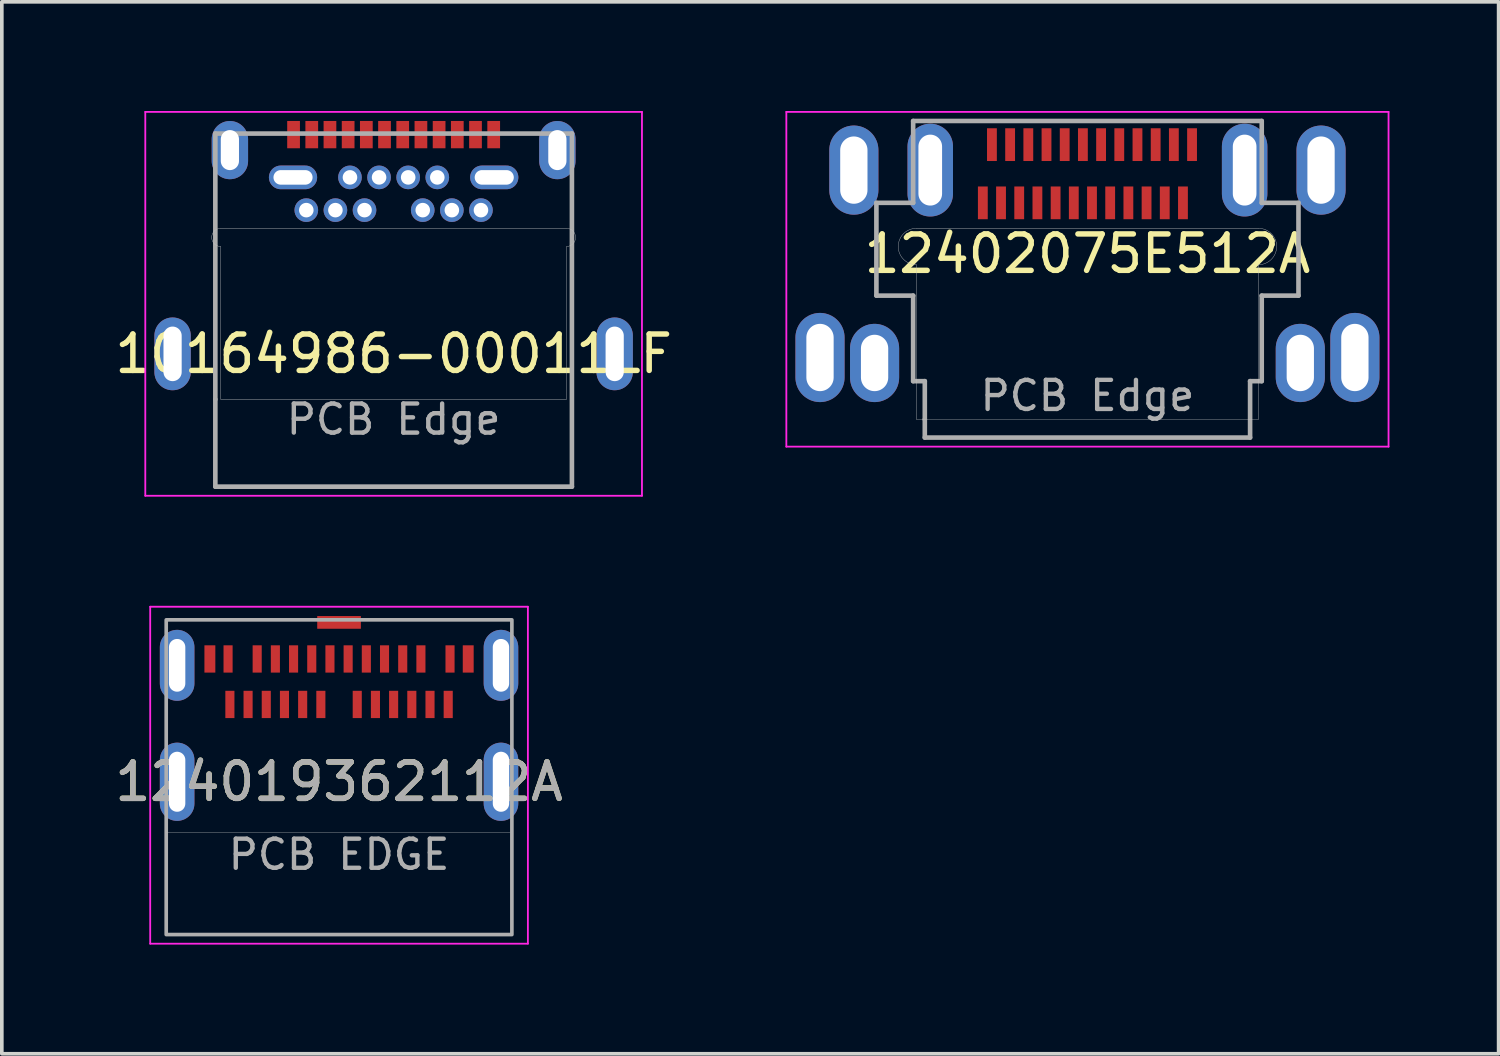
<source format=kicad_pcb>
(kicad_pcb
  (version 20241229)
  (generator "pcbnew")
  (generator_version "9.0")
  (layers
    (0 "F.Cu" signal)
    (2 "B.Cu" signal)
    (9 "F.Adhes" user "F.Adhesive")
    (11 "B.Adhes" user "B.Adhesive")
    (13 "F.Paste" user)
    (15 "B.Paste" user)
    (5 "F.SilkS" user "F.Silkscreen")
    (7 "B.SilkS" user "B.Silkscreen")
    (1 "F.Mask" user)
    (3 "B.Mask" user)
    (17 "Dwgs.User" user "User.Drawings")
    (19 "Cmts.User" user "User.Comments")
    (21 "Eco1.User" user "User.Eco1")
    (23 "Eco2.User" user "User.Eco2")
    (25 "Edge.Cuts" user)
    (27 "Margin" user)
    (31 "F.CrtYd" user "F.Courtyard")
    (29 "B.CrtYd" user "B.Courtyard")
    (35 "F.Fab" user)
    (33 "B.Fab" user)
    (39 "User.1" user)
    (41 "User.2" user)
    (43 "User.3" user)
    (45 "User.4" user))
  (footprint "10164986-00011LF"
    (layer "F.Cu")
    (at 7.768 6.675)
    (property "Reference" "10164986-00011LF" (at 0 0 0) (layer "F.SilkS") (effects (font (size 1 1) (thickness 0.15))))
    (attr through_hole)
    (fp_line (start -4.75 -2.95) (end -4.75 1.25) (stroke (width 0.01) (type solid)) (layer "Dwgs.User"))
    (fp_line (start -4.75 1.25) (end 4.75 1.25) (stroke (width 0.01) (type solid)) (layer "Dwgs.User"))
    (fp_line (start 4.75 -3.45) (end -4.75 -3.45) (stroke (width 0.01) (type solid)) (layer "Dwgs.User"))
    (fp_line (start 4.75 1.25) (end 4.75 -2.95) (stroke (width 0.01) (type solid)) (layer "Dwgs.User"))
    (fp_arc (start -4.75 -2.95) (mid -5 -3.2) (end -4.75 -3.45) (stroke (width 0.01) (type solid)) (layer "Dwgs.User"))
    (fp_arc (start 4.75 -3.45) (mid 5 -3.2) (end 4.75 -2.95) (stroke (width 0.01) (type solid)) (layer "Dwgs.User"))
    (fp_line (start -6.825 -6.65) (end -6.825 3.9) (stroke (width 0.05) (type solid)) (layer "F.CrtYd"))
    (fp_line (start -6.825 3.9) (end 6.825 3.9) (stroke (width 0.05) (type solid)) (layer "F.CrtYd"))
    (fp_line (start 6.825 -6.65) (end -6.825 -6.65) (stroke (width 0.05) (type solid)) (layer "F.CrtYd"))
    (fp_line (start 6.825 3.9) (end 6.825 -6.65) (stroke (width 0.05) (type solid)) (layer "F.CrtYd"))
    (fp_line (start -4.9 -6.054) (end 4.9 -6.054) (stroke (width 0.127) (type solid)) (layer "F.Fab"))
    (fp_line (start -4.9 1.25) (end -4.9 -6.054) (stroke (width 0.127) (type solid)) (layer "F.Fab"))
    (fp_line (start -4.9 3.65) (end -4.9 1.25) (stroke (width 0.127) (type solid)) (layer "F.Fab"))
    (fp_line (start 4.9 -6.054) (end 4.9 3.65) (stroke (width 0.127) (type solid)) (layer "F.Fab"))
    (fp_line (start 4.9 3.65) (end -4.9 3.65) (stroke (width 0.127) (type solid)) (layer "F.Fab"))
    (fp_text user "PCB Edge" (at 0 1.8 0) (layer "F.Fab") (effects (font (size 0.8 0.8) (thickness 0.12))))
    (pad "A1" smd rect (at -2.75 -6.025) (size 0.35 0.75) (layers "F.Cu" "F.Mask" "F.Paste"))
    (pad "A2" smd rect (at -2.25 -6.025) (size 0.35 0.75) (layers "F.Cu" "F.Mask" "F.Paste"))
    (pad "A3" smd rect (at -1.75 -6.025) (size 0.35 0.75) (layers "F.Cu" "F.Mask" "F.Paste"))
    (pad "A4" smd rect (at -1.25 -6.025) (size 0.35 0.75) (layers "F.Cu" "F.Mask" "F.Paste"))
    (pad "A5" smd rect (at -0.75 -6.025) (size 0.35 0.75) (layers "F.Cu" "F.Mask" "F.Paste"))
    (pad "A6" smd rect (at -0.25 -6.025) (size 0.35 0.75) (layers "F.Cu" "F.Mask" "F.Paste"))
    (pad "A7" smd rect (at 0.25 -6.025) (size 0.35 0.75) (layers "F.Cu" "F.Mask" "F.Paste"))
    (pad "A8" smd rect (at 0.75 -6.025) (size 0.35 0.75) (layers "F.Cu" "F.Mask" "F.Paste"))
    (pad "A9" smd rect (at 1.25 -6.025) (size 0.35 0.75) (layers "F.Cu" "F.Mask" "F.Paste"))
    (pad "A10" smd rect (at 1.75 -6.025) (size 0.35 0.75) (layers "F.Cu" "F.Mask" "F.Paste"))
    (pad "A11" smd rect (at 2.25 -6.025) (size 0.35 0.75) (layers "F.Cu" "F.Mask" "F.Paste"))
    (pad "A12" smd rect (at 2.75 -6.025) (size 0.35 0.75) (layers "F.Cu" "F.Mask" "F.Paste"))
    (pad "B1" thru_hole oval (at 2.765 -4.85) (size 1.325 0.65) (drill oval 1.075 0.4) (layers "*.Cu" "*.Mask"))
    (pad "B2" thru_hole circle (at 2.4 -3.95) (size 0.65 0.65) (drill 0.4) (layers "*.Cu" "*.Mask"))
    (pad "B3" thru_hole circle (at 1.6 -3.95) (size 0.65 0.65) (drill 0.4) (layers "*.Cu" "*.Mask"))
    (pad "B4" thru_hole circle (at 1.2 -4.85) (size 0.65 0.65) (drill 0.4) (layers "*.Cu" "*.Mask"))
    (pad "B5" thru_hole circle (at 0.8 -3.95) (size 0.65 0.65) (drill 0.4) (layers "*.Cu" "*.Mask"))
    (pad "B6" thru_hole circle (at 0.4 -4.85) (size 0.65 0.65) (drill 0.4) (layers "*.Cu" "*.Mask"))
    (pad "B7" thru_hole circle (at -0.4 -4.85) (size 0.65 0.65) (drill 0.4) (layers "*.Cu" "*.Mask"))
    (pad "B8" thru_hole circle (at -0.8 -3.95) (size 0.65 0.65) (drill 0.4) (layers "*.Cu" "*.Mask"))
    (pad "B9" thru_hole circle (at -1.2 -4.85) (size 0.65 0.65) (drill 0.4) (layers "*.Cu" "*.Mask"))
    (pad "B10" thru_hole circle (at -1.6 -3.95) (size 0.65 0.65) (drill 0.4) (layers "*.Cu" "*.Mask"))
    (pad "B11" thru_hole circle (at -2.4 -3.95) (size 0.65 0.65) (drill 0.4) (layers "*.Cu" "*.Mask"))
    (pad "B12" thru_hole oval (at -2.765 -4.85) (size 1.325 0.65) (drill oval 1.075 0.4) (layers "*.Cu" "*.Mask"))
    (pad "S1" thru_hole oval (at -6.075 0) (size 1 2) (drill oval 0.5 1.5) (layers "*.Cu" "*.Mask"))
    (pad "S1" thru_hole oval (at -4.5 -5.6) (size 1 1.6) (drill oval 0.5 1.1) (layers "*.Cu" "*.Mask"))
    (pad "S1" thru_hole oval (at 4.5 -5.6) (size 1 1.6) (drill oval 0.5 1.1) (layers "*.Cu" "*.Mask"))
    (pad "S1" thru_hole oval (at 6.075 0) (size 1 2) (drill oval 0.5 1.5) (layers "*.Cu" "*.Mask")))
  (footprint "12402075E512A"
    (layer "F.Cu")
    (at 26.836 3.925)
    (property "Reference" "12402075E512A" (at 0 0 0) (layer "F.SilkS") (effects (font (size 1 1) (thickness 0.15))))
    (attr smd)
    (fp_line (start -4.7 -0.7) (end 4.7 -0.7) (stroke (width 0.01) (type solid)) (layer "Dwgs.User"))
    (fp_line (start -4.7 4.55) (end -4.7 0.3) (stroke (width 0.01) (type solid)) (layer "Dwgs.User"))
    (fp_line (start 4.7 0.3) (end 4.7 4.55) (stroke (width 0.01) (type solid)) (layer "Dwgs.User"))
    (fp_line (start 4.7 4.55) (end -4.7 4.55) (stroke (width 0.01) (type solid)) (layer "Dwgs.User"))
    (fp_arc (start -4.7 0.3) (mid -5.2 -0.2) (end -4.7 -0.7) (stroke (width 0.01) (type solid)) (layer "Dwgs.User"))
    (fp_arc (start 4.7 -0.7) (mid 5.2 -0.2) (end 4.7 0.3) (stroke (width 0.01) (type solid)) (layer "Dwgs.User"))
    (fp_line (start -8.275 -3.9) (end 8.275 -3.9) (stroke (width 0.05) (type solid)) (layer "F.CrtYd"))
    (fp_line (start -8.275 5.3) (end -8.275 -3.9) (stroke (width 0.05) (type solid)) (layer "F.CrtYd"))
    (fp_line (start 8.275 -3.9) (end 8.275 5.3) (stroke (width 0.05) (type solid)) (layer "F.CrtYd"))
    (fp_line (start 8.275 5.3) (end -8.275 5.3) (stroke (width 0.05) (type solid)) (layer "F.CrtYd"))
    (fp_line (start -5.8 -1.4) (end -5.8 1.15) (stroke (width 0.127) (type solid)) (layer "F.Fab"))
    (fp_line (start -4.79 -3.65) (end -4.79 -1.4) (stroke (width 0.127) (type solid)) (layer "F.Fab"))
    (fp_line (start -4.79 -3.65) (end 4.79 -3.65) (stroke (width 0.127) (type solid)) (layer "F.Fab"))
    (fp_line (start -4.79 -1.4) (end -5.8 -1.4) (stroke (width 0.127) (type solid)) (layer "F.Fab"))
    (fp_line (start -4.79 1.15) (end -5.8 1.15) (stroke (width 0.127) (type solid)) (layer "F.Fab"))
    (fp_line (start -4.79 1.15) (end -4.79 3.5) (stroke (width 0.127) (type solid)) (layer "F.Fab"))
    (fp_line (start -4.79 3.5) (end -4.47 3.5) (stroke (width 0.127) (type solid)) (layer "F.Fab"))
    (fp_line (start -4.47 4.55) (end -4.47 3.5) (stroke (width 0.127) (type solid)) (layer "F.Fab"))
    (fp_line (start -4.47 5.05) (end -4.47 4.55) (stroke (width 0.127) (type solid)) (layer "F.Fab"))
    (fp_line (start 4.47 3.5) (end 4.47 5.05) (stroke (width 0.127) (type solid)) (layer "F.Fab"))
    (fp_line (start 4.47 5.05) (end -4.47 5.05) (stroke (width 0.127) (type solid)) (layer "F.Fab"))
    (fp_line (start 4.79 -3.65) (end 4.79 -1.4) (stroke (width 0.127) (type solid)) (layer "F.Fab"))
    (fp_line (start 4.79 -1.4) (end 5.8 -1.4) (stroke (width 0.127) (type solid)) (layer "F.Fab"))
    (fp_line (start 4.79 1.15) (end 4.79 3.5) (stroke (width 0.127) (type solid)) (layer "F.Fab"))
    (fp_line (start 4.79 1.15) (end 5.8 1.15) (stroke (width 0.127) (type solid)) (layer "F.Fab"))
    (fp_line (start 4.79 3.5) (end 4.47 3.5) (stroke (width 0.127) (type solid)) (layer "F.Fab"))
    (fp_line (start 5.8 -1.4) (end 5.8 1.15) (stroke (width 0.127) (type solid)) (layer "F.Fab"))
    (fp_text user "PCB Edge" (at 0 3.9 0) (layer "F.Fab") (effects (font (size 0.8 0.8) (thickness 0.12))))
    (pad "A1" smd rect (at -2.625 -3) (size 0.27 0.9) (layers "F.Cu" "F.Mask" "F.Paste"))
    (pad "A2" smd rect (at -2.125 -3) (size 0.27 0.9) (layers "F.Cu" "F.Mask" "F.Paste"))
    (pad "A3" smd rect (at -1.625 -3) (size 0.27 0.9) (layers "F.Cu" "F.Mask" "F.Paste"))
    (pad "A4" smd rect (at -1.125 -3) (size 0.27 0.9) (layers "F.Cu" "F.Mask" "F.Paste"))
    (pad "A5" smd rect (at -0.625 -3) (size 0.27 0.9) (layers "F.Cu" "F.Mask" "F.Paste"))
    (pad "A6" smd rect (at -0.125 -3) (size 0.27 0.9) (layers "F.Cu" "F.Mask" "F.Paste"))
    (pad "A7" smd rect (at 0.375 -3) (size 0.27 0.9) (layers "F.Cu" "F.Mask" "F.Paste"))
    (pad "A8" smd rect (at 0.875 -3) (size 0.27 0.9) (layers "F.Cu" "F.Mask" "F.Paste"))
    (pad "A9" smd rect (at 1.375 -3) (size 0.27 0.9) (layers "F.Cu" "F.Mask" "F.Paste"))
    (pad "A10" smd rect (at 1.875 -3) (size 0.27 0.9) (layers "F.Cu" "F.Mask" "F.Paste"))
    (pad "A11" smd rect (at 2.375 -3) (size 0.27 0.9) (layers "F.Cu" "F.Mask" "F.Paste"))
    (pad "A12" smd rect (at 2.875 -3) (size 0.27 0.9) (layers "F.Cu" "F.Mask" "F.Paste"))
    (pad "B1" smd rect (at 2.625 -1.4) (size 0.27 0.9) (layers "F.Cu" "F.Mask" "F.Paste"))
    (pad "B2" smd rect (at 2.125 -1.4) (size 0.27 0.9) (layers "F.Cu" "F.Mask" "F.Paste"))
    (pad "B3" smd rect (at 1.625 -1.4) (size 0.27 0.9) (layers "F.Cu" "F.Mask" "F.Paste"))
    (pad "B4" smd rect (at 1.125 -1.4) (size 0.27 0.9) (layers "F.Cu" "F.Mask" "F.Paste"))
    (pad "B5" smd rect (at 0.625 -1.4) (size 0.27 0.9) (layers "F.Cu" "F.Mask" "F.Paste"))
    (pad "B6" smd rect (at 0.125 -1.4) (size 0.27 0.9) (layers "F.Cu" "F.Mask" "F.Paste"))
    (pad "B7" smd rect (at -0.375 -1.4) (size 0.27 0.9) (layers "F.Cu" "F.Mask" "F.Paste"))
    (pad "B8" smd rect (at -0.875 -1.4) (size 0.27 0.9) (layers "F.Cu" "F.Mask" "F.Paste"))
    (pad "B9" smd rect (at -1.375 -1.4) (size 0.27 0.9) (layers "F.Cu" "F.Mask" "F.Paste"))
    (pad "B10" smd rect (at -1.875 -1.4) (size 0.27 0.9) (layers "F.Cu" "F.Mask" "F.Paste"))
    (pad "B11" smd rect (at -2.375 -1.4) (size 0.27 0.9) (layers "F.Cu" "F.Mask" "F.Paste"))
    (pad "B12" smd rect (at -2.875 -1.4) (size 0.27 0.9) (layers "F.Cu" "F.Mask" "F.Paste"))
    (pad "S1" thru_hole oval (at -7.35 2.85) (size 1.35 2.45) (drill oval 0.75 1.85) (layers "*.Cu" "*.Mask"))
    (pad "S1" thru_hole oval (at -6.42 -2.3) (size 1.35 2.45) (drill oval 0.75 1.85) (layers "*.Cu" "*.Mask"))
    (pad "S1" thru_hole oval (at -5.85 3) (size 1.35 2.15) (drill oval 0.75 1.55) (layers "*.Cu" "*.Mask"))
    (pad "S1" thru_hole oval (at -4.32 -2.3) (size 1.25 2.55) (drill oval 0.65 1.95) (layers "*.Cu" "*.Mask"))
    (pad "S1" thru_hole oval (at 4.32 -2.3) (size 1.25 2.55) (drill oval 0.65 1.95) (layers "*.Cu" "*.Mask"))
    (pad "S1" thru_hole oval (at 5.85 3) (size 1.35 2.15) (drill oval 0.75 1.55) (layers "*.Cu" "*.Mask"))
    (pad "S1" thru_hole oval (at 6.42 -2.3) (size 1.35 2.45) (drill oval 0.75 1.85) (layers "*.Cu" "*.Mask"))
    (pad "S1" thru_hole oval (at 7.35 2.85) (size 1.35 2.45) (drill oval 0.75 1.85) (layers "*.Cu" "*.Mask")))
  (footprint "124019362112A"
    (layer "F.Cu")
    (at 6.268 18.435)
    (property "Reference" "124019362112A" (at 0 0 0) (layer "F.SilkS") (effects (font (size 1 1) (thickness 0.15))))
    (attr smd)
    (fp_line (start -4.75 1.4) (end 4.7 1.4) (stroke (width 0.01) (type solid)) (layer "Dwgs.User"))
    (fp_line (start -5.19 -4.81) (end 5.19 -4.81) (stroke (width 0.05) (type solid)) (layer "F.CrtYd"))
    (fp_line (start -5.19 4.45) (end -5.19 -4.81) (stroke (width 0.05) (type solid)) (layer "F.CrtYd"))
    (fp_line (start 5.19 -4.81) (end 5.19 4.45) (stroke (width 0.05) (type solid)) (layer "F.CrtYd"))
    (fp_line (start 5.19 4.45) (end -5.19 4.45) (stroke (width 0.05) (type solid)) (layer "F.CrtYd"))
    (fp_rect (start -4.75 -4.45) (end 4.75 4.2) (stroke (width 0.1) (type default)) (fill no) (layer "F.Fab"))
    (fp_text user "${REFERENCE}" (at 0 0 0) (unlocked yes) (layer "F.Fab") (effects (font (size 1 1) (thickness 0.15))))
    (fp_text user "PCB EDGE" (at 0 2 0) (layer "F.Fab") (effects (font (size 0.8 0.8) (thickness 0.12))))
    (pad "A1" smd rect (at -3.05 -3.375) (size 0.25 0.75) (layers "F.Cu" "F.Mask" "F.Paste"))
    (pad "A2" smd rect (at -2.25 -3.375) (size 0.25 0.75) (layers "F.Cu" "F.Mask" "F.Paste"))
    (pad "A3" smd rect (at -1.75 -3.375) (size 0.25 0.75) (layers "F.Cu" "F.Mask" "F.Paste"))
    (pad "A4" smd rect (at -1.25 -3.375) (size 0.25 0.75) (layers "F.Cu" "F.Mask" "F.Paste"))
    (pad "A5" smd rect (at -0.75 -3.375) (size 0.25 0.75) (layers "F.Cu" "F.Mask" "F.Paste"))
    (pad "A6" smd rect (at -0.25 -3.375) (size 0.25 0.75) (layers "F.Cu" "F.Mask" "F.Paste"))
    (pad "A7" smd rect (at 0.25 -3.375) (size 0.25 0.75) (layers "F.Cu" "F.Mask" "F.Paste"))
    (pad "A8" smd rect (at 0.75 -3.375) (size 0.25 0.75) (layers "F.Cu" "F.Mask" "F.Paste"))
    (pad "A9" smd rect (at 1.25 -3.375) (size 0.25 0.75) (layers "F.Cu" "F.Mask" "F.Paste"))
    (pad "A10" smd rect (at 1.75 -3.375) (size 0.25 0.75) (layers "F.Cu" "F.Mask" "F.Paste"))
    (pad "A11" smd rect (at 2.25 -3.375) (size 0.25 0.75) (layers "F.Cu" "F.Mask" "F.Paste"))
    (pad "A12" smd rect (at 3.05 -3.375) (size 0.25 0.75) (layers "F.Cu" "F.Mask" "F.Paste"))
    (pad "B1" smd rect (at 3 -2.125) (size 0.25 0.75) (layers "F.Cu" "F.Mask" "F.Paste"))
    (pad "B2" smd rect (at 2.5 -2.125) (size 0.25 0.75) (layers "F.Cu" "F.Mask" "F.Paste"))
    (pad "B3" smd rect (at 2 -2.125) (size 0.25 0.75) (layers "F.Cu" "F.Mask" "F.Paste"))
    (pad "B4" smd rect (at 1.5 -2.125) (size 0.25 0.75) (layers "F.Cu" "F.Mask" "F.Paste"))
    (pad "B5" smd rect (at 1 -2.125) (size 0.25 0.75) (layers "F.Cu" "F.Mask" "F.Paste"))
    (pad "B6" smd rect (at 0.5 -2.125) (size 0.25 0.75) (layers "F.Cu" "F.Mask" "F.Paste"))
    (pad "B7" smd rect (at -0.5 -2.125) (size 0.25 0.75) (layers "F.Cu" "F.Mask" "F.Paste"))
    (pad "B8" smd rect (at -1 -2.125) (size 0.25 0.75) (layers "F.Cu" "F.Mask" "F.Paste"))
    (pad "B9" smd rect (at -1.5 -2.125) (size 0.25 0.75) (layers "F.Cu" "F.Mask" "F.Paste"))
    (pad "B10" smd rect (at -2 -2.125) (size 0.25 0.75) (layers "F.Cu" "F.Mask" "F.Paste"))
    (pad "B11" smd rect (at -2.5 -2.125) (size 0.25 0.75) (layers "F.Cu" "F.Mask" "F.Paste"))
    (pad "B12" smd rect (at -3 -2.125) (size 0.25 0.75) (layers "F.Cu" "F.Mask" "F.Paste"))
    (pad "G1" smd rect (at -3.55 -3.375) (size 0.3 0.75) (layers "F.Cu" "F.Mask" "F.Paste"))
    (pad "G2" smd rect (at 3.55 -3.375) (size 0.3 0.75) (layers "F.Cu" "F.Mask" "F.Paste"))
    (pad "G3" smd rect (at 0 -4.38) (size 1.2 0.35) (layers "F.Cu" "F.Mask" "F.Paste"))
    (pad "S1" thru_hole oval (at -4.45 -3.2) (size 0.95 1.95) (drill oval 0.45 1.45) (layers "*.Cu" "*.Mask"))
    (pad "S1" thru_hole oval (at -4.45 0) (size 0.95 2.15) (drill oval 0.45 1.65) (layers "*.Cu" "*.Mask"))
    (pad "S1" thru_hole oval (at 4.45 -3.2) (size 0.95 1.95) (drill oval 0.45 1.45) (layers "*.Cu" "*.Mask"))
    (pad "S1" thru_hole oval (at 4.45 0) (size 0.95 2.15) (drill oval 0.45 1.65) (layers "*.Cu" "*.Mask")))
  (gr_rect
    (start -3 -3)
    (end 38.136 25.91)
    (stroke (width 0.1) (type default))
    (fill no)
    (layer "Edge.Cuts")))
</source>
